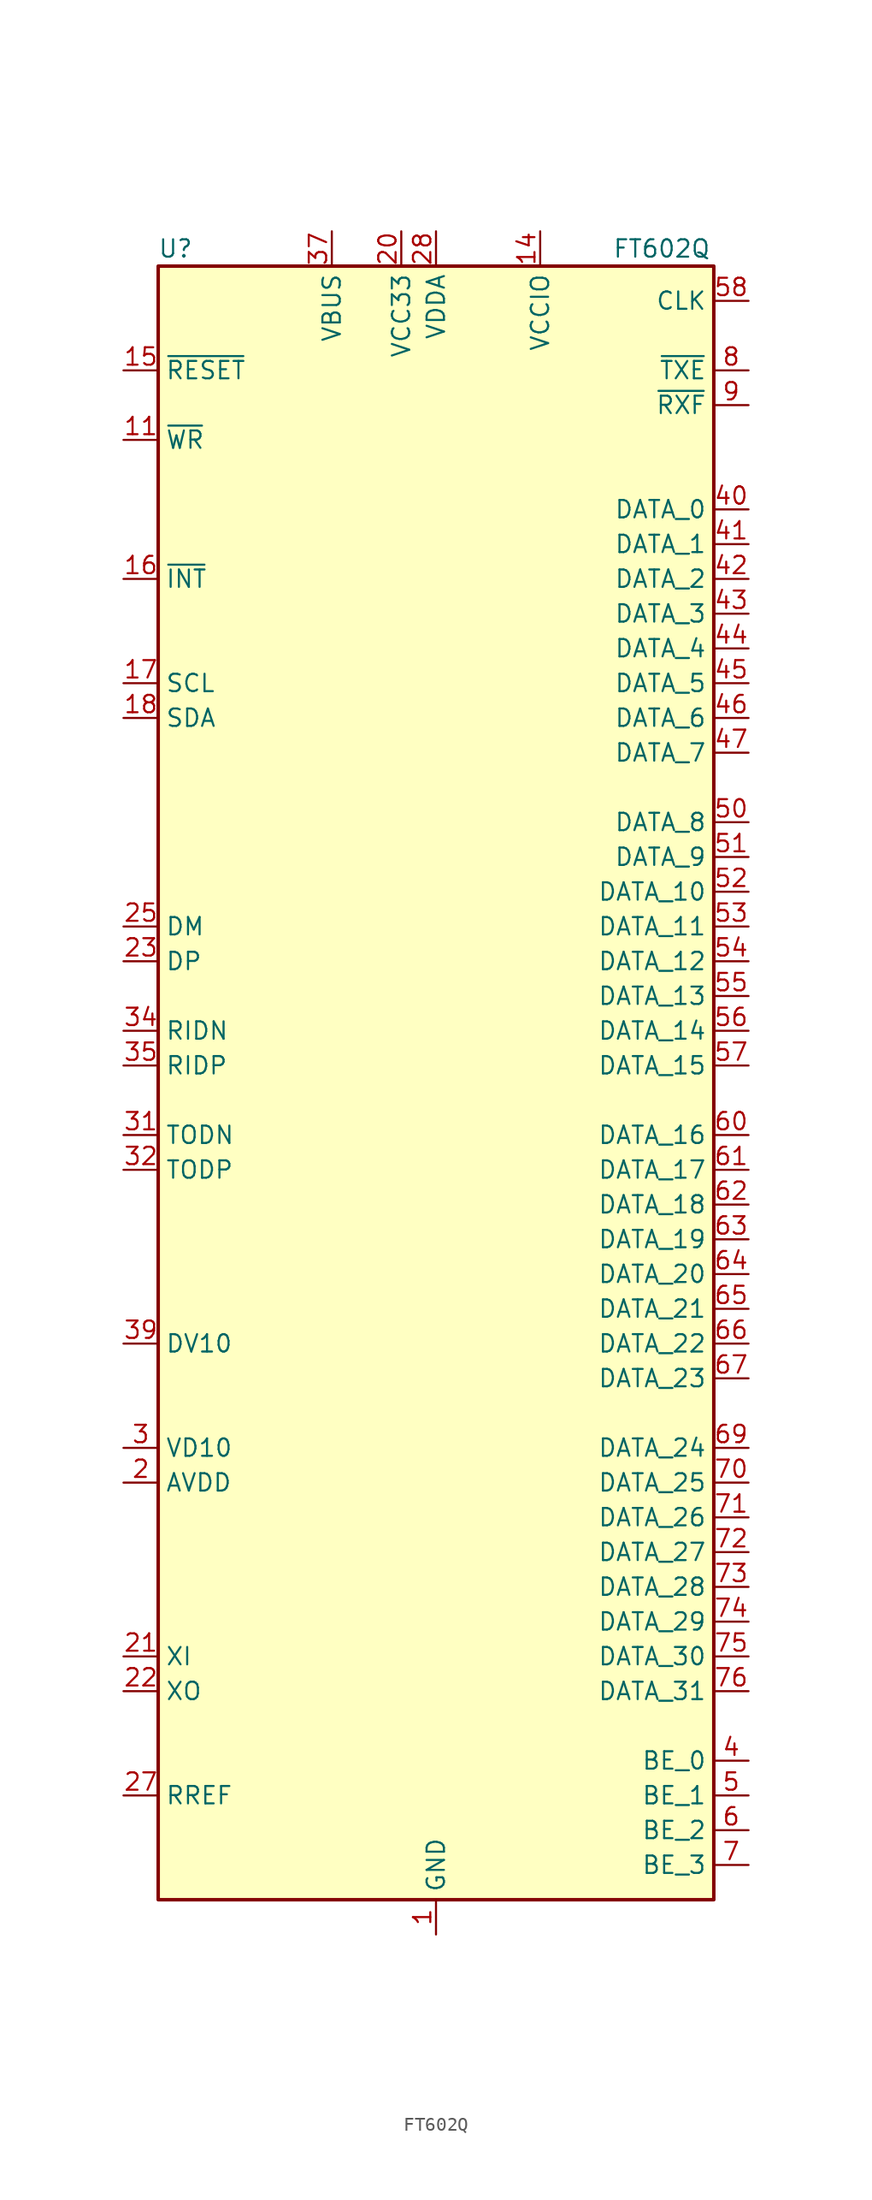
<source format=kicad_sym>
(kicad_symbol_lib
  (version 20220914)
  (generator kicad_symbol_editor)
  (symbol "FT602Q"
    (property "Reference" "U"
      (at -19.05 62.23 0)
      (effects (font (size 1.27 1.27))))
    (property "Value" "FT602Q"
      (at 16.51 62.23 0)
      (effects (font (size 1.27 1.27))))
    (symbol "FT602Q_0_1"
      (rectangle (start -20.32 60.96) (end 20.32 -58.42) (stroke (width 0.254) (type default)) (fill (type background))))
    (symbol "FT602Q_1_1"
      (pin power_in line (at 0 -60.96 90) (length 2.54) (name "GND" (effects (font (size 1.27 1.27)))) (number "1" (effects (font (size 1.27 1.27)))))
      (pin no_connect line (at -20.32 58.42 0) (length 2.54) hide (name "Reserved1" (effects (font (size 1.27 1.27)))) (number "10" (effects (font (size 1.27 1.27)))))
      (pin input line (at -22.86 48.26 0) (length 2.54) (name "~{WR}" (effects (font (size 1.27 1.27)))) (number "11" (effects (font (size 1.27 1.27)))))
      (pin no_connect line (at -20.32 45.72 0) (length 2.54) hide (name "Reserved2" (effects (font (size 1.27 1.27)))) (number "12" (effects (font (size 1.27 1.27)))))
      (pin no_connect line (at -20.32 43.18 0) (length 2.54) hide (name "Reserved3" (effects (font (size 1.27 1.27)))) (number "13" (effects (font (size 1.27 1.27)))))
      (pin power_in line (at 7.62 63.5 270) (length 2.54) (name "VCCIO" (effects (font (size 1.27 1.27)))) (number "14" (effects (font (size 1.27 1.27)))))
      (pin input line (at -22.86 53.34 0) (length 2.54) (name "~{RESET}" (effects (font (size 1.27 1.27)))) (number "15" (effects (font (size 1.27 1.27)))))
      (pin input line (at -22.86 38.1 0) (length 2.54) (name "~{INT}" (effects (font (size 1.27 1.27)))) (number "16" (effects (font (size 1.27 1.27)))))
      (pin open_collector line (at -22.86 30.48 0) (length 2.54) (name "SCL" (effects (font (size 1.27 1.27)))) (number "17" (effects (font (size 1.27 1.27)))))
      (pin open_collector line (at -22.86 27.94 0) (length 2.54) (name "SDA" (effects (font (size 1.27 1.27)))) (number "18" (effects (font (size 1.27 1.27)))))
      (pin no_connect line (at -20.32 -48.26 0) (length 2.54) hide (name "Reserved4" (effects (font (size 1.27 1.27)))) (number "19" (effects (font (size 1.27 1.27)))))
      (pin power_in line (at -22.86 -27.94 0) (length 2.54) (name "AVDD" (effects (font (size 1.27 1.27)))) (number "2" (effects (font (size 1.27 1.27)))))
      (pin power_in line (at -2.54 63.5 270) (length 2.54) (name "VCC33" (effects (font (size 1.27 1.27)))) (number "20" (effects (font (size 1.27 1.27)))))
      (pin input line (at -22.86 -40.64 0) (length 2.54) (name "XI" (effects (font (size 1.27 1.27)))) (number "21" (effects (font (size 1.27 1.27)))))
      (pin output line (at -22.86 -43.18 0) (length 2.54) (name "XO" (effects (font (size 1.27 1.27)))) (number "22" (effects (font (size 1.27 1.27)))))
      (pin bidirectional line (at -22.86 10.16 0) (length 2.54) (name "DP" (effects (font (size 1.27 1.27)))) (number "23" (effects (font (size 1.27 1.27)))))
      (pin passive line (at -2.54 63.5 270) (length 2.54) hide (name "VCC33" (effects (font (size 1.27 1.27)))) (number "24" (effects (font (size 1.27 1.27)))))
      (pin bidirectional line (at -22.86 12.7 0) (length 2.54) (name "DM" (effects (font (size 1.27 1.27)))) (number "25" (effects (font (size 1.27 1.27)))))
      (pin passive line (at 0 -60.96 90) (length 2.54) hide (name "GND" (effects (font (size 1.27 1.27)))) (number "26" (effects (font (size 1.27 1.27)))))
      (pin input line (at -22.86 -50.8 0) (length 2.54) (name "RREF" (effects (font (size 1.27 1.27)))) (number "27" (effects (font (size 1.27 1.27)))))
      (pin power_in line (at 0 63.5 270) (length 2.54) (name "VDDA" (effects (font (size 1.27 1.27)))) (number "28" (effects (font (size 1.27 1.27)))))
      (pin passive line (at 0 -60.96 90) (length 2.54) hide (name "GND" (effects (font (size 1.27 1.27)))) (number "29" (effects (font (size 1.27 1.27)))))
      (pin power_in line (at -22.86 -25.4 0) (length 2.54) (name "VD10" (effects (font (size 1.27 1.27)))) (number "3" (effects (font (size 1.27 1.27)))))
      (pin passive line (at -22.86 -25.4 0) (length 2.54) hide (name "VD10" (effects (font (size 1.27 1.27)))) (number "30" (effects (font (size 1.27 1.27)))))
      (pin output line (at -22.86 -2.54 0) (length 2.54) (name "TODN" (effects (font (size 1.27 1.27)))) (number "31" (effects (font (size 1.27 1.27)))))
      (pin output line (at -22.86 -5.08 0) (length 2.54) (name "TODP" (effects (font (size 1.27 1.27)))) (number "32" (effects (font (size 1.27 1.27)))))
      (pin passive line (at -22.86 -25.4 0) (length 2.54) hide (name "VD10" (effects (font (size 1.27 1.27)))) (number "33" (effects (font (size 1.27 1.27)))))
      (pin input line (at -22.86 5.08 0) (length 2.54) (name "RIDN" (effects (font (size 1.27 1.27)))) (number "34" (effects (font (size 1.27 1.27)))))
      (pin input line (at -22.86 2.54 0) (length 2.54) (name "RIDP" (effects (font (size 1.27 1.27)))) (number "35" (effects (font (size 1.27 1.27)))))
      (pin passive line (at 0 -60.96 90) (length 2.54) hide (name "GND" (effects (font (size 1.27 1.27)))) (number "36" (effects (font (size 1.27 1.27)))))
      (pin power_in line (at -7.62 63.5 270) (length 2.54) (name "VBUS" (effects (font (size 1.27 1.27)))) (number "37" (effects (font (size 1.27 1.27)))))
      (pin passive line (at -2.54 63.5 270) (length 2.54) hide (name "VCC33" (effects (font (size 1.27 1.27)))) (number "38" (effects (font (size 1.27 1.27)))))
      (pin power_out line (at -22.86 -17.78 0) (length 2.54) (name "DV10" (effects (font (size 1.27 1.27)))) (number "39" (effects (font (size 1.27 1.27)))))
      (pin bidirectional line (at 22.86 -48.26 180) (length 2.54) (name "BE_0" (effects (font (size 1.27 1.27)))) (number "4" (effects (font (size 1.27 1.27)))))
      (pin bidirectional line (at 22.86 43.18 180) (length 2.54) (name "DATA_0" (effects (font (size 1.27 1.27)))) (number "40" (effects (font (size 1.27 1.27)))))
      (pin bidirectional line (at 22.86 40.64 180) (length 2.54) (name "DATA_1" (effects (font (size 1.27 1.27)))) (number "41" (effects (font (size 1.27 1.27)))))
      (pin bidirectional line (at 22.86 38.1 180) (length 2.54) (name "DATA_2" (effects (font (size 1.27 1.27)))) (number "42" (effects (font (size 1.27 1.27)))))
      (pin bidirectional line (at 22.86 35.56 180) (length 2.54) (name "DATA_3" (effects (font (size 1.27 1.27)))) (number "43" (effects (font (size 1.27 1.27)))))
      (pin bidirectional line (at 22.86 33.02 180) (length 2.54) (name "DATA_4" (effects (font (size 1.27 1.27)))) (number "44" (effects (font (size 1.27 1.27)))))
      (pin bidirectional line (at 22.86 30.48 180) (length 2.54) (name "DATA_5" (effects (font (size 1.27 1.27)))) (number "45" (effects (font (size 1.27 1.27)))))
      (pin bidirectional line (at 22.86 27.94 180) (length 2.54) (name "DATA_6" (effects (font (size 1.27 1.27)))) (number "46" (effects (font (size 1.27 1.27)))))
      (pin bidirectional line (at 22.86 25.4 180) (length 2.54) (name "DATA_7" (effects (font (size 1.27 1.27)))) (number "47" (effects (font (size 1.27 1.27)))))
      (pin passive line (at -22.86 -25.4 0) (length 2.54) hide (name "VD10" (effects (font (size 1.27 1.27)))) (number "48" (effects (font (size 1.27 1.27)))))
      (pin passive line (at 7.62 63.5 270) (length 2.54) hide (name "VCCIO" (effects (font (size 1.27 1.27)))) (number "49" (effects (font (size 1.27 1.27)))))
      (pin bidirectional line (at 22.86 -50.8 180) (length 2.54) (name "BE_1" (effects (font (size 1.27 1.27)))) (number "5" (effects (font (size 1.27 1.27)))))
      (pin bidirectional line (at 22.86 20.32 180) (length 2.54) (name "DATA_8" (effects (font (size 1.27 1.27)))) (number "50" (effects (font (size 1.27 1.27)))))
      (pin bidirectional line (at 22.86 17.78 180) (length 2.54) (name "DATA_9" (effects (font (size 1.27 1.27)))) (number "51" (effects (font (size 1.27 1.27)))))
      (pin bidirectional line (at 22.86 15.24 180) (length 2.54) (name "DATA_10" (effects (font (size 1.27 1.27)))) (number "52" (effects (font (size 1.27 1.27)))))
      (pin bidirectional line (at 22.86 12.7 180) (length 2.54) (name "DATA_11" (effects (font (size 1.27 1.27)))) (number "53" (effects (font (size 1.27 1.27)))))
      (pin bidirectional line (at 22.86 10.16 180) (length 2.54) (name "DATA_12" (effects (font (size 1.27 1.27)))) (number "54" (effects (font (size 1.27 1.27)))))
      (pin bidirectional line (at 22.86 7.62 180) (length 2.54) (name "DATA_13" (effects (font (size 1.27 1.27)))) (number "55" (effects (font (size 1.27 1.27)))))
      (pin bidirectional line (at 22.86 5.08 180) (length 2.54) (name "DATA_14" (effects (font (size 1.27 1.27)))) (number "56" (effects (font (size 1.27 1.27)))))
      (pin bidirectional line (at 22.86 2.54 180) (length 2.54) (name "DATA_15" (effects (font (size 1.27 1.27)))) (number "57" (effects (font (size 1.27 1.27)))))
      (pin output line (at 22.86 58.42 180) (length 2.54) (name "CLK" (effects (font (size 1.27 1.27)))) (number "58" (effects (font (size 1.27 1.27)))))
      (pin passive line (at 7.62 63.5 270) (length 2.54) hide (name "VCCIO" (effects (font (size 1.27 1.27)))) (number "59" (effects (font (size 1.27 1.27)))))
      (pin bidirectional line (at 22.86 -53.34 180) (length 2.54) (name "BE_2" (effects (font (size 1.27 1.27)))) (number "6" (effects (font (size 1.27 1.27)))))
      (pin bidirectional line (at 22.86 -2.54 180) (length 2.54) (name "DATA_16" (effects (font (size 1.27 1.27)))) (number "60" (effects (font (size 1.27 1.27)))))
      (pin bidirectional line (at 22.86 -5.08 180) (length 2.54) (name "DATA_17" (effects (font (size 1.27 1.27)))) (number "61" (effects (font (size 1.27 1.27)))))
      (pin bidirectional line (at 22.86 -7.62 180) (length 2.54) (name "DATA_18" (effects (font (size 1.27 1.27)))) (number "62" (effects (font (size 1.27 1.27)))))
      (pin bidirectional line (at 22.86 -10.16 180) (length 2.54) (name "DATA_19" (effects (font (size 1.27 1.27)))) (number "63" (effects (font (size 1.27 1.27)))))
      (pin bidirectional line (at 22.86 -12.7 180) (length 2.54) (name "DATA_20" (effects (font (size 1.27 1.27)))) (number "64" (effects (font (size 1.27 1.27)))))
      (pin bidirectional line (at 22.86 -15.24 180) (length 2.54) (name "DATA_21" (effects (font (size 1.27 1.27)))) (number "65" (effects (font (size 1.27 1.27)))))
      (pin bidirectional line (at 22.86 -17.78 180) (length 2.54) (name "DATA_22" (effects (font (size 1.27 1.27)))) (number "66" (effects (font (size 1.27 1.27)))))
      (pin bidirectional line (at 22.86 -20.32 180) (length 2.54) (name "DATA_23" (effects (font (size 1.27 1.27)))) (number "67" (effects (font (size 1.27 1.27)))))
      (pin passive line (at 7.62 63.5 270) (length 2.54) hide (name "VCCIO" (effects (font (size 1.27 1.27)))) (number "68" (effects (font (size 1.27 1.27)))))
      (pin bidirectional line (at 22.86 -25.4 180) (length 2.54) (name "DATA_24" (effects (font (size 1.27 1.27)))) (number "69" (effects (font (size 1.27 1.27)))))
      (pin bidirectional line (at 22.86 -55.88 180) (length 2.54) (name "BE_3" (effects (font (size 1.27 1.27)))) (number "7" (effects (font (size 1.27 1.27)))))
      (pin bidirectional line (at 22.86 -27.94 180) (length 2.54) (name "DATA_25" (effects (font (size 1.27 1.27)))) (number "70" (effects (font (size 1.27 1.27)))))
      (pin bidirectional line (at 22.86 -30.48 180) (length 2.54) (name "DATA_26" (effects (font (size 1.27 1.27)))) (number "71" (effects (font (size 1.27 1.27)))))
      (pin bidirectional line (at 22.86 -33.02 180) (length 2.54) (name "DATA_27" (effects (font (size 1.27 1.27)))) (number "72" (effects (font (size 1.27 1.27)))))
      (pin bidirectional line (at 22.86 -35.56 180) (length 2.54) (name "DATA_28" (effects (font (size 1.27 1.27)))) (number "73" (effects (font (size 1.27 1.27)))))
      (pin bidirectional line (at 22.86 -38.1 180) (length 2.54) (name "DATA_29" (effects (font (size 1.27 1.27)))) (number "74" (effects (font (size 1.27 1.27)))))
      (pin bidirectional line (at 22.86 -40.64 180) (length 2.54) (name "DATA_30" (effects (font (size 1.27 1.27)))) (number "75" (effects (font (size 1.27 1.27)))))
      (pin bidirectional line (at 22.86 -43.18 180) (length 2.54) (name "DATA_31" (effects (font (size 1.27 1.27)))) (number "76" (effects (font (size 1.27 1.27)))))
      (pin passive line (at 0 -60.96 90) (length 2.54) hide (name "GND" (effects (font (size 1.27 1.27)))) (number "77" (effects (font (size 1.27 1.27)))))
      (pin output line (at 22.86 53.34 180) (length 2.54) (name "~{TXE}" (effects (font (size 1.27 1.27)))) (number "8" (effects (font (size 1.27 1.27)))))
      (pin output line (at 22.86 50.8 180) (length 2.54) (name "~{RXF}" (effects (font (size 1.27 1.27)))) (number "9" (effects (font (size 1.27 1.27))))))))
</source>
